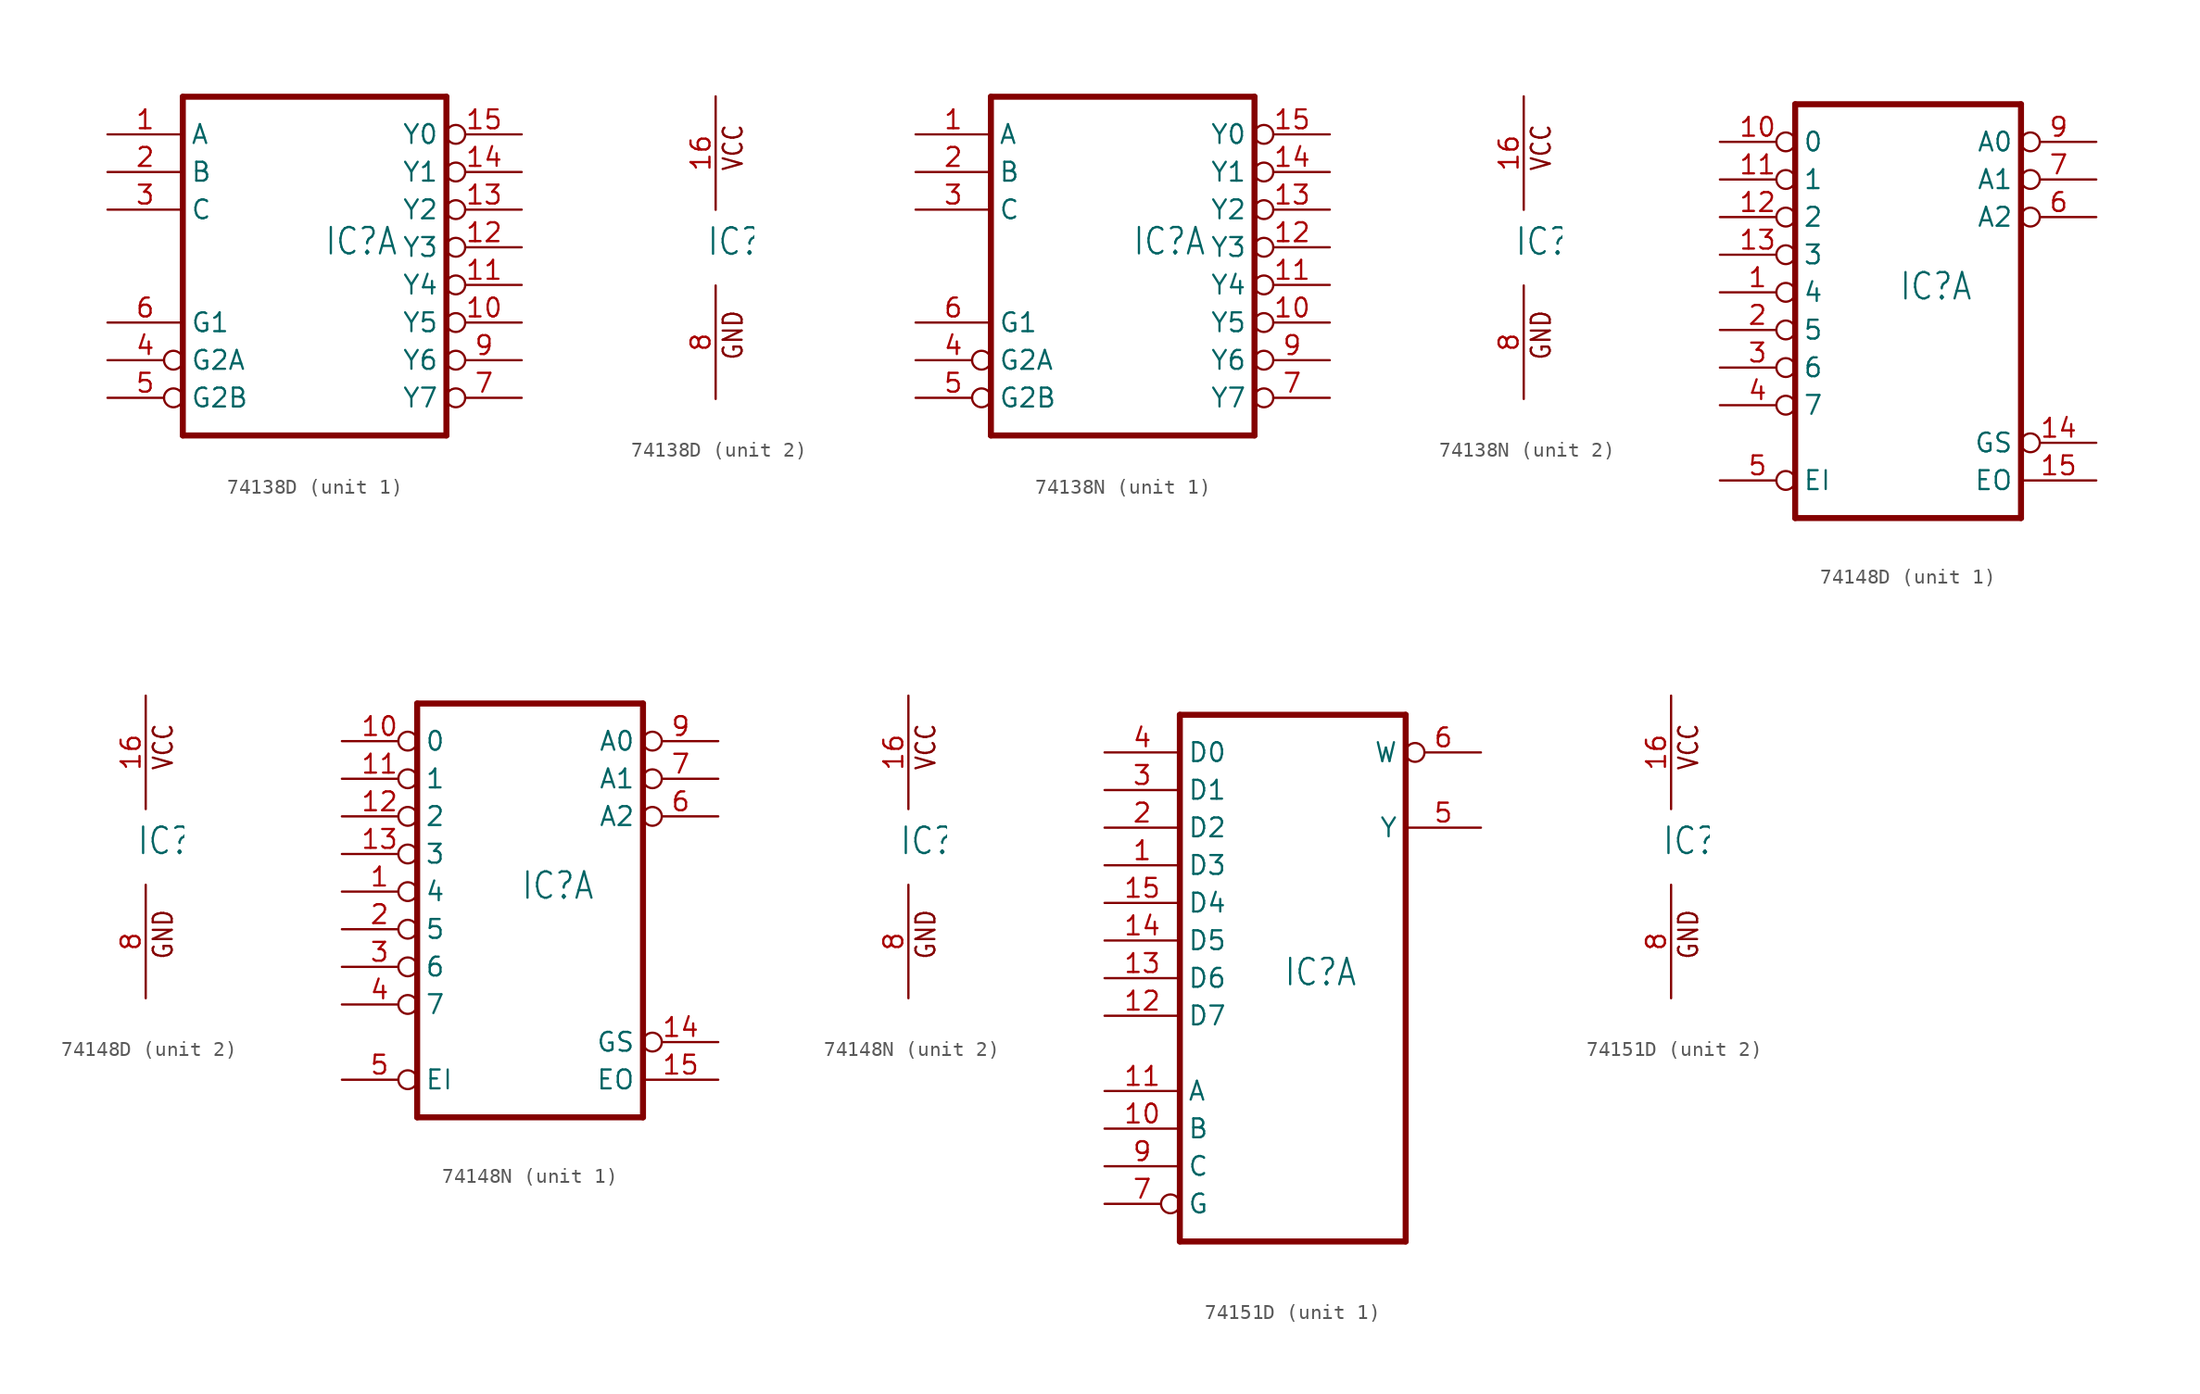
<source format=kicad_sym>
(kicad_symbol_lib
  (version 20211014)
  (generator kicad_symbol_editor)
  (symbol "74138D"
    (property "Reference" "IC"
      (at -0.635 -0.635 0)
      (effects (font (size 1.778 1.511)) (justify left bottom)))
    (property "ki_locked" ""
      (at 0 0 0)
      (effects (font (size 1.27 1.27))))
    (symbol "74138D_1_0"
      (polyline (pts (xy -10.16 -12.7) (xy 7.62 -12.7)) (stroke (width 0.406) (type default) (color 0 0 0 0)) (fill (type none)))
      (polyline (pts (xy -10.16 10.16) (xy -10.16 -12.7)) (stroke (width 0.406) (type default) (color 0 0 0 0)) (fill (type none)))
      (polyline (pts (xy 7.62 -12.7) (xy 7.62 10.16)) (stroke (width 0.406) (type default) (color 0 0 0 0)) (fill (type none)))
      (polyline (pts (xy 7.62 10.16) (xy -10.16 10.16)) (stroke (width 0.406) (type default) (color 0 0 0 0)) (fill (type none)))
      (pin input line (at -15.24 7.62 0) (length 5.08) (name "A" (effects (font (size 1.27 1.27)))) (number "1" (effects (font (size 1.27 1.27)))))
      (pin output inverted (at 12.7 -5.08 180) (length 5.08) (name "Y5" (effects (font (size 1.27 1.27)))) (number "10" (effects (font (size 1.27 1.27)))))
      (pin output inverted (at 12.7 -2.54 180) (length 5.08) (name "Y4" (effects (font (size 1.27 1.27)))) (number "11" (effects (font (size 1.27 1.27)))))
      (pin output inverted (at 12.7 0 180) (length 5.08) (name "Y3" (effects (font (size 1.27 1.27)))) (number "12" (effects (font (size 1.27 1.27)))))
      (pin output inverted (at 12.7 2.54 180) (length 5.08) (name "Y2" (effects (font (size 1.27 1.27)))) (number "13" (effects (font (size 1.27 1.27)))))
      (pin output inverted (at 12.7 5.08 180) (length 5.08) (name "Y1" (effects (font (size 1.27 1.27)))) (number "14" (effects (font (size 1.27 1.27)))))
      (pin output inverted (at 12.7 7.62 180) (length 5.08) (name "Y0" (effects (font (size 1.27 1.27)))) (number "15" (effects (font (size 1.27 1.27)))))
      (pin input line (at -15.24 5.08 0) (length 5.08) (name "B" (effects (font (size 1.27 1.27)))) (number "2" (effects (font (size 1.27 1.27)))))
      (pin input line (at -15.24 2.54 0) (length 5.08) (name "C" (effects (font (size 1.27 1.27)))) (number "3" (effects (font (size 1.27 1.27)))))
      (pin input inverted (at -15.24 -7.62 0) (length 5.08) (name "G2A" (effects (font (size 1.27 1.27)))) (number "4" (effects (font (size 1.27 1.27)))))
      (pin input inverted (at -15.24 -10.16 0) (length 5.08) (name "G2B" (effects (font (size 1.27 1.27)))) (number "5" (effects (font (size 1.27 1.27)))))
      (pin input line (at -15.24 -5.08 0) (length 5.08) (name "G1" (effects (font (size 1.27 1.27)))) (number "6" (effects (font (size 1.27 1.27)))))
      (pin output inverted (at 12.7 -10.16 180) (length 5.08) (name "Y7" (effects (font (size 1.27 1.27)))) (number "7" (effects (font (size 1.27 1.27)))))
      (pin output inverted (at 12.7 -7.62 180) (length 5.08) (name "Y6" (effects (font (size 1.27 1.27)))) (number "9" (effects (font (size 1.27 1.27))))))
    (symbol "74138D_2_0"
      (text "GND" (at 1.905 -7.62 900) (effects (font (size 1.27 1.079)) (justify left bottom)))
      (text "VCC" (at 1.905 5.08 900) (effects (font (size 1.27 1.079)) (justify left bottom)))
      (pin power_in line (at 0 10.16 270) (length 7.62) (name "VCC" (effects (font (size 0 0)))) (number "16" (effects (font (size 1.27 1.27)))))
      (pin power_in line (at 0 -10.16 90) (length 7.62) (name "GND" (effects (font (size 0 0)))) (number "8" (effects (font (size 1.27 1.27)))))))
  (symbol "74138N"
    (property "Reference" "IC"
      (at -0.635 -0.635 0)
      (effects (font (size 1.778 1.511)) (justify left bottom)))
    (property "ki_locked" ""
      (at 0 0 0)
      (effects (font (size 1.27 1.27))))
    (symbol "74138N_1_0"
      (polyline (pts (xy -10.16 -12.7) (xy 7.62 -12.7)) (stroke (width 0.406) (type default) (color 0 0 0 0)) (fill (type none)))
      (polyline (pts (xy -10.16 10.16) (xy -10.16 -12.7)) (stroke (width 0.406) (type default) (color 0 0 0 0)) (fill (type none)))
      (polyline (pts (xy 7.62 -12.7) (xy 7.62 10.16)) (stroke (width 0.406) (type default) (color 0 0 0 0)) (fill (type none)))
      (polyline (pts (xy 7.62 10.16) (xy -10.16 10.16)) (stroke (width 0.406) (type default) (color 0 0 0 0)) (fill (type none)))
      (pin input line (at -15.24 7.62 0) (length 5.08) (name "A" (effects (font (size 1.27 1.27)))) (number "1" (effects (font (size 1.27 1.27)))))
      (pin output inverted (at 12.7 -5.08 180) (length 5.08) (name "Y5" (effects (font (size 1.27 1.27)))) (number "10" (effects (font (size 1.27 1.27)))))
      (pin output inverted (at 12.7 -2.54 180) (length 5.08) (name "Y4" (effects (font (size 1.27 1.27)))) (number "11" (effects (font (size 1.27 1.27)))))
      (pin output inverted (at 12.7 0 180) (length 5.08) (name "Y3" (effects (font (size 1.27 1.27)))) (number "12" (effects (font (size 1.27 1.27)))))
      (pin output inverted (at 12.7 2.54 180) (length 5.08) (name "Y2" (effects (font (size 1.27 1.27)))) (number "13" (effects (font (size 1.27 1.27)))))
      (pin output inverted (at 12.7 5.08 180) (length 5.08) (name "Y1" (effects (font (size 1.27 1.27)))) (number "14" (effects (font (size 1.27 1.27)))))
      (pin output inverted (at 12.7 7.62 180) (length 5.08) (name "Y0" (effects (font (size 1.27 1.27)))) (number "15" (effects (font (size 1.27 1.27)))))
      (pin input line (at -15.24 5.08 0) (length 5.08) (name "B" (effects (font (size 1.27 1.27)))) (number "2" (effects (font (size 1.27 1.27)))))
      (pin input line (at -15.24 2.54 0) (length 5.08) (name "C" (effects (font (size 1.27 1.27)))) (number "3" (effects (font (size 1.27 1.27)))))
      (pin input inverted (at -15.24 -7.62 0) (length 5.08) (name "G2A" (effects (font (size 1.27 1.27)))) (number "4" (effects (font (size 1.27 1.27)))))
      (pin input inverted (at -15.24 -10.16 0) (length 5.08) (name "G2B" (effects (font (size 1.27 1.27)))) (number "5" (effects (font (size 1.27 1.27)))))
      (pin input line (at -15.24 -5.08 0) (length 5.08) (name "G1" (effects (font (size 1.27 1.27)))) (number "6" (effects (font (size 1.27 1.27)))))
      (pin output inverted (at 12.7 -10.16 180) (length 5.08) (name "Y7" (effects (font (size 1.27 1.27)))) (number "7" (effects (font (size 1.27 1.27)))))
      (pin output inverted (at 12.7 -7.62 180) (length 5.08) (name "Y6" (effects (font (size 1.27 1.27)))) (number "9" (effects (font (size 1.27 1.27))))))
    (symbol "74138N_2_0"
      (text "GND" (at 1.905 -7.62 900) (effects (font (size 1.27 1.079)) (justify left bottom)))
      (text "VCC" (at 1.905 5.08 900) (effects (font (size 1.27 1.079)) (justify left bottom)))
      (pin power_in line (at 0 10.16 270) (length 7.62) (name "VCC" (effects (font (size 0 0)))) (number "16" (effects (font (size 1.27 1.27)))))
      (pin power_in line (at 0 -10.16 90) (length 7.62) (name "GND" (effects (font (size 0 0)))) (number "8" (effects (font (size 1.27 1.27)))))))
  (symbol "74148D"
    (property "Reference" "IC"
      (at -0.635 -0.635 0)
      (effects (font (size 1.778 1.511)) (justify left bottom)))
    (property "ki_locked" ""
      (at 0 0 0)
      (effects (font (size 1.27 1.27))))
    (symbol "74148D_1_0"
      (polyline (pts (xy -7.62 -15.24) (xy 7.62 -15.24)) (stroke (width 0.406) (type default) (color 0 0 0 0)) (fill (type none)))
      (polyline (pts (xy -7.62 12.7) (xy -7.62 -15.24)) (stroke (width 0.406) (type default) (color 0 0 0 0)) (fill (type none)))
      (polyline (pts (xy 7.62 -15.24) (xy 7.62 12.7)) (stroke (width 0.406) (type default) (color 0 0 0 0)) (fill (type none)))
      (polyline (pts (xy 7.62 12.7) (xy -7.62 12.7)) (stroke (width 0.406) (type default) (color 0 0 0 0)) (fill (type none)))
      (pin input inverted (at -12.7 0 0) (length 5.08) (name "4" (effects (font (size 1.27 1.27)))) (number "1" (effects (font (size 1.27 1.27)))))
      (pin input inverted (at -12.7 10.16 0) (length 5.08) (name "0" (effects (font (size 1.27 1.27)))) (number "10" (effects (font (size 1.27 1.27)))))
      (pin input inverted (at -12.7 7.62 0) (length 5.08) (name "1" (effects (font (size 1.27 1.27)))) (number "11" (effects (font (size 1.27 1.27)))))
      (pin input inverted (at -12.7 5.08 0) (length 5.08) (name "2" (effects (font (size 1.27 1.27)))) (number "12" (effects (font (size 1.27 1.27)))))
      (pin input inverted (at -12.7 2.54 0) (length 5.08) (name "3" (effects (font (size 1.27 1.27)))) (number "13" (effects (font (size 1.27 1.27)))))
      (pin output inverted (at 12.7 -10.16 180) (length 5.08) (name "GS" (effects (font (size 1.27 1.27)))) (number "14" (effects (font (size 1.27 1.27)))))
      (pin output line (at 12.7 -12.7 180) (length 5.08) (name "EO" (effects (font (size 1.27 1.27)))) (number "15" (effects (font (size 1.27 1.27)))))
      (pin input inverted (at -12.7 -2.54 0) (length 5.08) (name "5" (effects (font (size 1.27 1.27)))) (number "2" (effects (font (size 1.27 1.27)))))
      (pin input inverted (at -12.7 -5.08 0) (length 5.08) (name "6" (effects (font (size 1.27 1.27)))) (number "3" (effects (font (size 1.27 1.27)))))
      (pin input inverted (at -12.7 -7.62 0) (length 5.08) (name "7" (effects (font (size 1.27 1.27)))) (number "4" (effects (font (size 1.27 1.27)))))
      (pin input inverted (at -12.7 -12.7 0) (length 5.08) (name "EI" (effects (font (size 1.27 1.27)))) (number "5" (effects (font (size 1.27 1.27)))))
      (pin output inverted (at 12.7 5.08 180) (length 5.08) (name "A2" (effects (font (size 1.27 1.27)))) (number "6" (effects (font (size 1.27 1.27)))))
      (pin output inverted (at 12.7 7.62 180) (length 5.08) (name "A1" (effects (font (size 1.27 1.27)))) (number "7" (effects (font (size 1.27 1.27)))))
      (pin output inverted (at 12.7 10.16 180) (length 5.08) (name "A0" (effects (font (size 1.27 1.27)))) (number "9" (effects (font (size 1.27 1.27))))))
    (symbol "74148D_2_0"
      (text "GND" (at 1.905 -7.62 900) (effects (font (size 1.27 1.079)) (justify left bottom)))
      (text "VCC" (at 1.905 5.08 900) (effects (font (size 1.27 1.079)) (justify left bottom)))
      (pin power_in line (at 0 10.16 270) (length 7.62) (name "VCC" (effects (font (size 0 0)))) (number "16" (effects (font (size 1.27 1.27)))))
      (pin power_in line (at 0 -10.16 90) (length 7.62) (name "GND" (effects (font (size 0 0)))) (number "8" (effects (font (size 1.27 1.27)))))))
  (symbol "74148N"
    (property "Reference" "IC"
      (at -0.635 -0.635 0)
      (effects (font (size 1.778 1.511)) (justify left bottom)))
    (property "ki_locked" ""
      (at 0 0 0)
      (effects (font (size 1.27 1.27))))
    (symbol "74148N_1_0"
      (polyline (pts (xy -7.62 -15.24) (xy 7.62 -15.24)) (stroke (width 0.406) (type default) (color 0 0 0 0)) (fill (type none)))
      (polyline (pts (xy -7.62 12.7) (xy -7.62 -15.24)) (stroke (width 0.406) (type default) (color 0 0 0 0)) (fill (type none)))
      (polyline (pts (xy 7.62 -15.24) (xy 7.62 12.7)) (stroke (width 0.406) (type default) (color 0 0 0 0)) (fill (type none)))
      (polyline (pts (xy 7.62 12.7) (xy -7.62 12.7)) (stroke (width 0.406) (type default) (color 0 0 0 0)) (fill (type none)))
      (pin input inverted (at -12.7 0 0) (length 5.08) (name "4" (effects (font (size 1.27 1.27)))) (number "1" (effects (font (size 1.27 1.27)))))
      (pin input inverted (at -12.7 10.16 0) (length 5.08) (name "0" (effects (font (size 1.27 1.27)))) (number "10" (effects (font (size 1.27 1.27)))))
      (pin input inverted (at -12.7 7.62 0) (length 5.08) (name "1" (effects (font (size 1.27 1.27)))) (number "11" (effects (font (size 1.27 1.27)))))
      (pin input inverted (at -12.7 5.08 0) (length 5.08) (name "2" (effects (font (size 1.27 1.27)))) (number "12" (effects (font (size 1.27 1.27)))))
      (pin input inverted (at -12.7 2.54 0) (length 5.08) (name "3" (effects (font (size 1.27 1.27)))) (number "13" (effects (font (size 1.27 1.27)))))
      (pin output inverted (at 12.7 -10.16 180) (length 5.08) (name "GS" (effects (font (size 1.27 1.27)))) (number "14" (effects (font (size 1.27 1.27)))))
      (pin output line (at 12.7 -12.7 180) (length 5.08) (name "EO" (effects (font (size 1.27 1.27)))) (number "15" (effects (font (size 1.27 1.27)))))
      (pin input inverted (at -12.7 -2.54 0) (length 5.08) (name "5" (effects (font (size 1.27 1.27)))) (number "2" (effects (font (size 1.27 1.27)))))
      (pin input inverted (at -12.7 -5.08 0) (length 5.08) (name "6" (effects (font (size 1.27 1.27)))) (number "3" (effects (font (size 1.27 1.27)))))
      (pin input inverted (at -12.7 -7.62 0) (length 5.08) (name "7" (effects (font (size 1.27 1.27)))) (number "4" (effects (font (size 1.27 1.27)))))
      (pin input inverted (at -12.7 -12.7 0) (length 5.08) (name "EI" (effects (font (size 1.27 1.27)))) (number "5" (effects (font (size 1.27 1.27)))))
      (pin output inverted (at 12.7 5.08 180) (length 5.08) (name "A2" (effects (font (size 1.27 1.27)))) (number "6" (effects (font (size 1.27 1.27)))))
      (pin output inverted (at 12.7 7.62 180) (length 5.08) (name "A1" (effects (font (size 1.27 1.27)))) (number "7" (effects (font (size 1.27 1.27)))))
      (pin output inverted (at 12.7 10.16 180) (length 5.08) (name "A0" (effects (font (size 1.27 1.27)))) (number "9" (effects (font (size 1.27 1.27))))))
    (symbol "74148N_2_0"
      (text "GND" (at 1.905 -7.62 900) (effects (font (size 1.27 1.079)) (justify left bottom)))
      (text "VCC" (at 1.905 5.08 900) (effects (font (size 1.27 1.079)) (justify left bottom)))
      (pin power_in line (at 0 10.16 270) (length 7.62) (name "VCC" (effects (font (size 0 0)))) (number "16" (effects (font (size 1.27 1.27)))))
      (pin power_in line (at 0 -10.16 90) (length 7.62) (name "GND" (effects (font (size 0 0)))) (number "8" (effects (font (size 1.27 1.27)))))))
  (symbol "74151D"
    (property "Reference" "IC"
      (at -0.635 -0.635 0)
      (effects (font (size 1.778 1.511)) (justify left bottom)))
    (property "ki_locked" ""
      (at 0 0 0)
      (effects (font (size 1.27 1.27))))
    (symbol "74151D_1_0"
      (polyline (pts (xy -7.62 -17.78) (xy 7.62 -17.78)) (stroke (width 0.406) (type default) (color 0 0 0 0)) (fill (type none)))
      (polyline (pts (xy -7.62 17.78) (xy -7.62 -17.78)) (stroke (width 0.406) (type default) (color 0 0 0 0)) (fill (type none)))
      (polyline (pts (xy 7.62 -17.78) (xy 7.62 17.78)) (stroke (width 0.406) (type default) (color 0 0 0 0)) (fill (type none)))
      (polyline (pts (xy 7.62 17.78) (xy -7.62 17.78)) (stroke (width 0.406) (type default) (color 0 0 0 0)) (fill (type none)))
      (pin input line (at -12.7 7.62 0) (length 5.08) (name "D3" (effects (font (size 1.27 1.27)))) (number "1" (effects (font (size 1.27 1.27)))))
      (pin input line (at -12.7 -10.16 0) (length 5.08) (name "B" (effects (font (size 1.27 1.27)))) (number "10" (effects (font (size 1.27 1.27)))))
      (pin input line (at -12.7 -7.62 0) (length 5.08) (name "A" (effects (font (size 1.27 1.27)))) (number "11" (effects (font (size 1.27 1.27)))))
      (pin input line (at -12.7 -2.54 0) (length 5.08) (name "D7" (effects (font (size 1.27 1.27)))) (number "12" (effects (font (size 1.27 1.27)))))
      (pin input line (at -12.7 0 0) (length 5.08) (name "D6" (effects (font (size 1.27 1.27)))) (number "13" (effects (font (size 1.27 1.27)))))
      (pin input line (at -12.7 2.54 0) (length 5.08) (name "D5" (effects (font (size 1.27 1.27)))) (number "14" (effects (font (size 1.27 1.27)))))
      (pin input line (at -12.7 5.08 0) (length 5.08) (name "D4" (effects (font (size 1.27 1.27)))) (number "15" (effects (font (size 1.27 1.27)))))
      (pin input line (at -12.7 10.16 0) (length 5.08) (name "D2" (effects (font (size 1.27 1.27)))) (number "2" (effects (font (size 1.27 1.27)))))
      (pin input line (at -12.7 12.7 0) (length 5.08) (name "D1" (effects (font (size 1.27 1.27)))) (number "3" (effects (font (size 1.27 1.27)))))
      (pin input line (at -12.7 15.24 0) (length 5.08) (name "D0" (effects (font (size 1.27 1.27)))) (number "4" (effects (font (size 1.27 1.27)))))
      (pin output line (at 12.7 10.16 180) (length 5.08) (name "Y" (effects (font (size 1.27 1.27)))) (number "5" (effects (font (size 1.27 1.27)))))
      (pin output inverted (at 12.7 15.24 180) (length 5.08) (name "W" (effects (font (size 1.27 1.27)))) (number "6" (effects (font (size 1.27 1.27)))))
      (pin input inverted (at -12.7 -15.24 0) (length 5.08) (name "G" (effects (font (size 1.27 1.27)))) (number "7" (effects (font (size 1.27 1.27)))))
      (pin input line (at -12.7 -12.7 0) (length 5.08) (name "C" (effects (font (size 1.27 1.27)))) (number "9" (effects (font (size 1.27 1.27))))))
    (symbol "74151D_2_0"
      (text "GND" (at 1.905 -7.62 900) (effects (font (size 1.27 1.079)) (justify left bottom)))
      (text "VCC" (at 1.905 5.08 900) (effects (font (size 1.27 1.079)) (justify left bottom)))
      (pin power_in line (at 0 10.16 270) (length 7.62) (name "VCC" (effects (font (size 0 0)))) (number "16" (effects (font (size 1.27 1.27)))))
      (pin power_in line (at 0 -10.16 90) (length 7.62) (name "GND" (effects (font (size 0 0)))) (number "8" (effects (font (size 1.27 1.27))))))))
</source>
